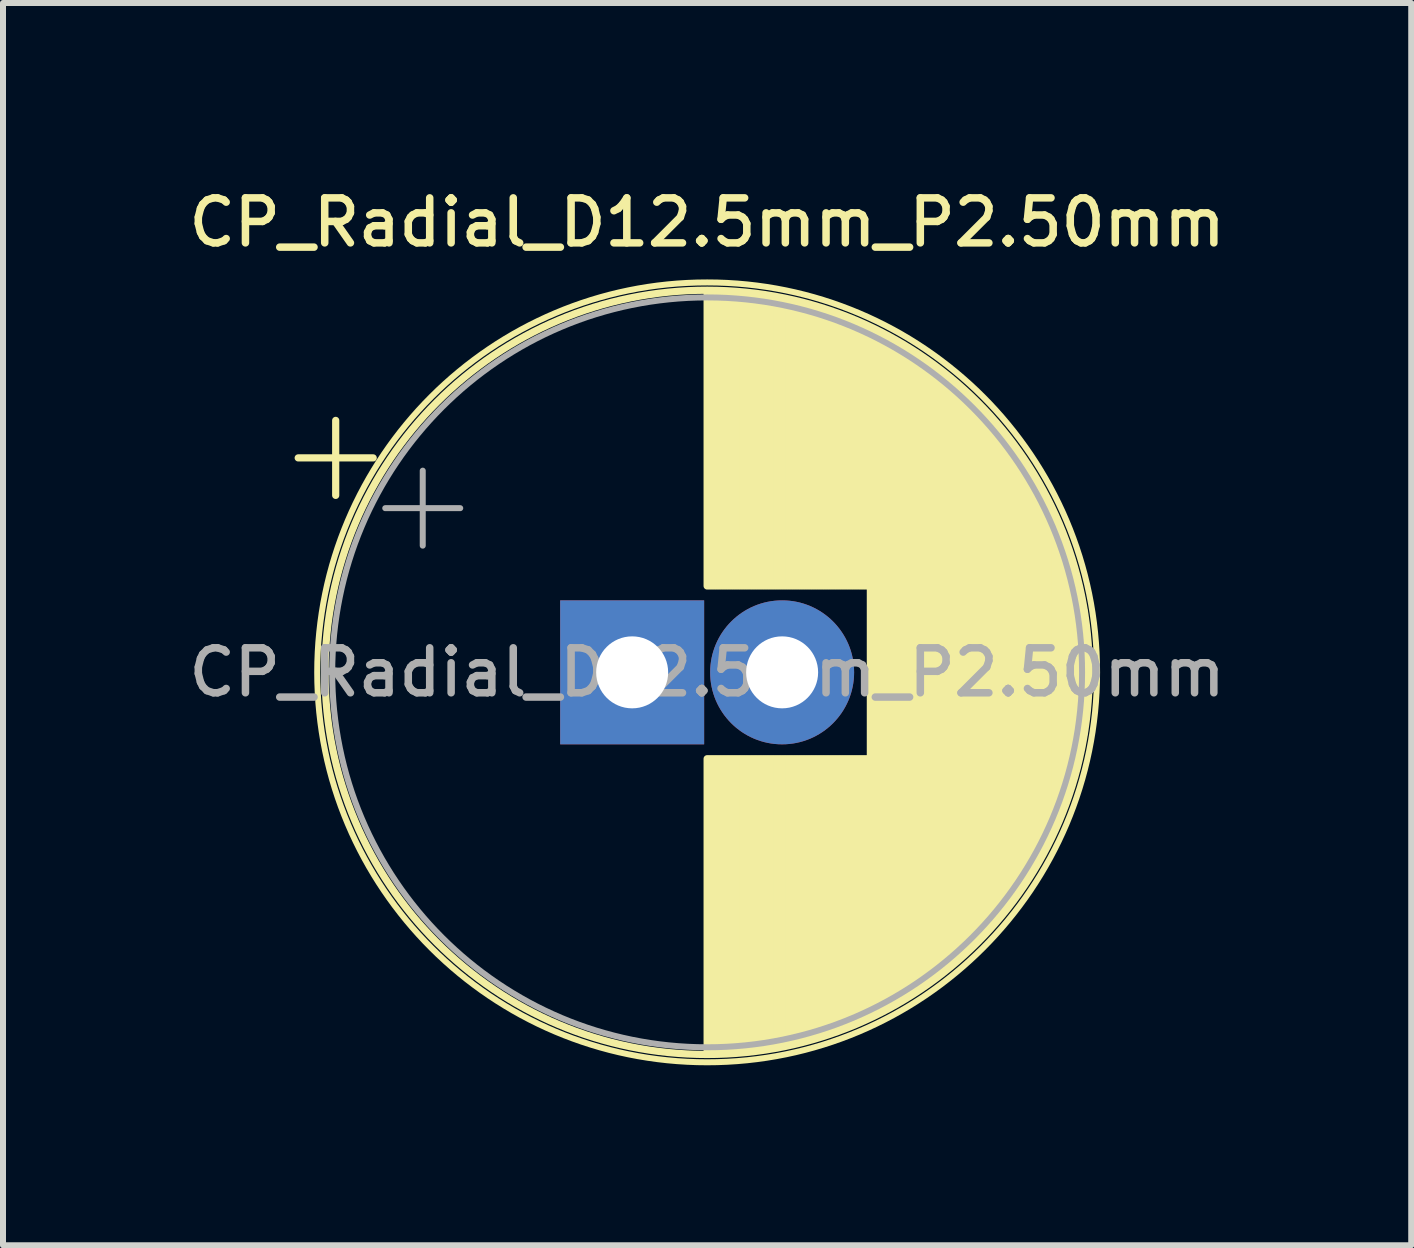
<source format=kicad_pcb>
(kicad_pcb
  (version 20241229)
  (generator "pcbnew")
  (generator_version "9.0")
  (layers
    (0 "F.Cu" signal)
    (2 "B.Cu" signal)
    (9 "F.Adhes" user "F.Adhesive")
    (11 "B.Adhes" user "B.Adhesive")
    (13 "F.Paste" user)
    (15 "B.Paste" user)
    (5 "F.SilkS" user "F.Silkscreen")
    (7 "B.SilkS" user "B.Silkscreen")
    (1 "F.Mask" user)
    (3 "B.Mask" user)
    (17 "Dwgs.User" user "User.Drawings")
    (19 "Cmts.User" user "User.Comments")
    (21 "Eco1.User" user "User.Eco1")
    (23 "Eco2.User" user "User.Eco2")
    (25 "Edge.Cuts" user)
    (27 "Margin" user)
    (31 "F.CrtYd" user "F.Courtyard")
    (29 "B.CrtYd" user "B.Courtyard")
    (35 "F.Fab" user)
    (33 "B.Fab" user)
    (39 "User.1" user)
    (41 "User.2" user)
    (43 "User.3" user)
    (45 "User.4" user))
  (footprint "CP_Radial_D12.5mm_P2.50mm"
    (layer "F.Cu")
    (at 7.488 8.158)
    (property "Reference" "CP_Radial_D12.5mm_P2.50mm" (at 1.25 -7.5 0) (layer "F.SilkS") (effects (font (size 0.75 0.75) (thickness 0.125))))
    (attr through_hole)
    (fp_line (start -5.567 -3.575) (end -4.317 -3.575) (stroke (width 0.12) (type solid)) (layer "F.SilkS"))
    (fp_line (start -4.942 -4.2) (end -4.942 -2.95) (stroke (width 0.12) (type solid)) (layer "F.SilkS"))
    (fp_line (start 1.25 -6.33) (end 1.25 -1.44) (stroke (width 0.12) (type solid)) (layer "F.SilkS"))
    (fp_line (start 1.25 1.44) (end 1.25 6.33) (stroke (width 0.12) (type solid)) (layer "F.SilkS"))
    (fp_line (start 1.29 -6.33) (end 1.29 -1.44) (stroke (width 0.12) (type solid)) (layer "F.SilkS"))
    (fp_line (start 1.29 1.44) (end 1.29 6.33) (stroke (width 0.12) (type solid)) (layer "F.SilkS"))
    (fp_line (start 1.33 -6.33) (end 1.33 -1.44) (stroke (width 0.12) (type solid)) (layer "F.SilkS"))
    (fp_line (start 1.33 1.44) (end 1.33 6.33) (stroke (width 0.12) (type solid)) (layer "F.SilkS"))
    (fp_line (start 1.37 -6.329) (end 1.37 -1.44) (stroke (width 0.12) (type solid)) (layer "F.SilkS"))
    (fp_line (start 1.37 1.44) (end 1.37 6.329) (stroke (width 0.12) (type solid)) (layer "F.SilkS"))
    (fp_line (start 1.41 -6.328) (end 1.41 -1.44) (stroke (width 0.12) (type solid)) (layer "F.SilkS"))
    (fp_line (start 1.41 1.44) (end 1.41 6.328) (stroke (width 0.12) (type solid)) (layer "F.SilkS"))
    (fp_line (start 1.45 -6.327) (end 1.45 -1.44) (stroke (width 0.12) (type solid)) (layer "F.SilkS"))
    (fp_line (start 1.45 1.44) (end 1.45 6.327) (stroke (width 0.12) (type solid)) (layer "F.SilkS"))
    (fp_line (start 1.49 -6.326) (end 1.49 -1.44) (stroke (width 0.12) (type solid)) (layer "F.SilkS"))
    (fp_line (start 1.49 1.44) (end 1.49 6.326) (stroke (width 0.12) (type solid)) (layer "F.SilkS"))
    (fp_line (start 1.53 -6.324) (end 1.53 -1.44) (stroke (width 0.12) (type solid)) (layer "F.SilkS"))
    (fp_line (start 1.53 1.44) (end 1.53 6.324) (stroke (width 0.12) (type solid)) (layer "F.SilkS"))
    (fp_line (start 1.57 -6.322) (end 1.57 -1.44) (stroke (width 0.12) (type solid)) (layer "F.SilkS"))
    (fp_line (start 1.57 1.44) (end 1.57 6.322) (stroke (width 0.12) (type solid)) (layer "F.SilkS"))
    (fp_line (start 1.61 -6.32) (end 1.61 -1.44) (stroke (width 0.12) (type solid)) (layer "F.SilkS"))
    (fp_line (start 1.61 1.44) (end 1.61 6.32) (stroke (width 0.12) (type solid)) (layer "F.SilkS"))
    (fp_line (start 1.65 -6.318) (end 1.65 -1.44) (stroke (width 0.12) (type solid)) (layer "F.SilkS"))
    (fp_line (start 1.65 1.44) (end 1.65 6.318) (stroke (width 0.12) (type solid)) (layer "F.SilkS"))
    (fp_line (start 1.69 -6.315) (end 1.69 -1.44) (stroke (width 0.12) (type solid)) (layer "F.SilkS"))
    (fp_line (start 1.69 1.44) (end 1.69 6.315) (stroke (width 0.12) (type solid)) (layer "F.SilkS"))
    (fp_line (start 1.73 -6.312) (end 1.73 -1.44) (stroke (width 0.12) (type solid)) (layer "F.SilkS"))
    (fp_line (start 1.73 1.44) (end 1.73 6.312) (stroke (width 0.12) (type solid)) (layer "F.SilkS"))
    (fp_line (start 1.77 -6.309) (end 1.77 -1.44) (stroke (width 0.12) (type solid)) (layer "F.SilkS"))
    (fp_line (start 1.77 1.44) (end 1.77 6.309) (stroke (width 0.12) (type solid)) (layer "F.SilkS"))
    (fp_line (start 1.81 -6.306) (end 1.81 -1.44) (stroke (width 0.12) (type solid)) (layer "F.SilkS"))
    (fp_line (start 1.81 1.44) (end 1.81 6.306) (stroke (width 0.12) (type solid)) (layer "F.SilkS"))
    (fp_line (start 1.85 -6.302) (end 1.85 -1.44) (stroke (width 0.12) (type solid)) (layer "F.SilkS"))
    (fp_line (start 1.85 1.44) (end 1.85 6.302) (stroke (width 0.12) (type solid)) (layer "F.SilkS"))
    (fp_line (start 1.89 -6.298) (end 1.89 -1.44) (stroke (width 0.12) (type solid)) (layer "F.SilkS"))
    (fp_line (start 1.89 1.44) (end 1.89 6.298) (stroke (width 0.12) (type solid)) (layer "F.SilkS"))
    (fp_line (start 1.93 -6.294) (end 1.93 -1.44) (stroke (width 0.12) (type solid)) (layer "F.SilkS"))
    (fp_line (start 1.93 1.44) (end 1.93 6.294) (stroke (width 0.12) (type solid)) (layer "F.SilkS"))
    (fp_line (start 1.971 -6.29) (end 1.971 -1.44) (stroke (width 0.12) (type solid)) (layer "F.SilkS"))
    (fp_line (start 1.971 1.44) (end 1.971 6.29) (stroke (width 0.12) (type solid)) (layer "F.SilkS"))
    (fp_line (start 2.011 -6.285) (end 2.011 -1.44) (stroke (width 0.12) (type solid)) (layer "F.SilkS"))
    (fp_line (start 2.011 1.44) (end 2.011 6.285) (stroke (width 0.12) (type solid)) (layer "F.SilkS"))
    (fp_line (start 2.051 -6.28) (end 2.051 -1.44) (stroke (width 0.12) (type solid)) (layer "F.SilkS"))
    (fp_line (start 2.051 1.44) (end 2.051 6.28) (stroke (width 0.12) (type solid)) (layer "F.SilkS"))
    (fp_line (start 2.091 -6.275) (end 2.091 -1.44) (stroke (width 0.12) (type solid)) (layer "F.SilkS"))
    (fp_line (start 2.091 1.44) (end 2.091 6.275) (stroke (width 0.12) (type solid)) (layer "F.SilkS"))
    (fp_line (start 2.131 -6.269) (end 2.131 -1.44) (stroke (width 0.12) (type solid)) (layer "F.SilkS"))
    (fp_line (start 2.131 1.44) (end 2.131 6.269) (stroke (width 0.12) (type solid)) (layer "F.SilkS"))
    (fp_line (start 2.171 -6.264) (end 2.171 -1.44) (stroke (width 0.12) (type solid)) (layer "F.SilkS"))
    (fp_line (start 2.171 1.44) (end 2.171 6.264) (stroke (width 0.12) (type solid)) (layer "F.SilkS"))
    (fp_line (start 2.211 -6.258) (end 2.211 -1.44) (stroke (width 0.12) (type solid)) (layer "F.SilkS"))
    (fp_line (start 2.211 1.44) (end 2.211 6.258) (stroke (width 0.12) (type solid)) (layer "F.SilkS"))
    (fp_line (start 2.251 -6.252) (end 2.251 -1.44) (stroke (width 0.12) (type solid)) (layer "F.SilkS"))
    (fp_line (start 2.251 1.44) (end 2.251 6.252) (stroke (width 0.12) (type solid)) (layer "F.SilkS"))
    (fp_line (start 2.291 -6.245) (end 2.291 -1.44) (stroke (width 0.12) (type solid)) (layer "F.SilkS"))
    (fp_line (start 2.291 1.44) (end 2.291 6.245) (stroke (width 0.12) (type solid)) (layer "F.SilkS"))
    (fp_line (start 2.331 -6.238) (end 2.331 -1.44) (stroke (width 0.12) (type solid)) (layer "F.SilkS"))
    (fp_line (start 2.331 1.44) (end 2.331 6.238) (stroke (width 0.12) (type solid)) (layer "F.SilkS"))
    (fp_line (start 2.371 -6.231) (end 2.371 -1.44) (stroke (width 0.12) (type solid)) (layer "F.SilkS"))
    (fp_line (start 2.371 1.44) (end 2.371 6.231) (stroke (width 0.12) (type solid)) (layer "F.SilkS"))
    (fp_line (start 2.411 -6.224) (end 2.411 -1.44) (stroke (width 0.12) (type solid)) (layer "F.SilkS"))
    (fp_line (start 2.411 1.44) (end 2.411 6.224) (stroke (width 0.12) (type solid)) (layer "F.SilkS"))
    (fp_line (start 2.451 -6.216) (end 2.451 -1.44) (stroke (width 0.12) (type solid)) (layer "F.SilkS"))
    (fp_line (start 2.451 1.44) (end 2.451 6.216) (stroke (width 0.12) (type solid)) (layer "F.SilkS"))
    (fp_line (start 2.491 -6.209) (end 2.491 -1.44) (stroke (width 0.12) (type solid)) (layer "F.SilkS"))
    (fp_line (start 2.491 1.44) (end 2.491 6.209) (stroke (width 0.12) (type solid)) (layer "F.SilkS"))
    (fp_line (start 2.531 -6.201) (end 2.531 -1.44) (stroke (width 0.12) (type solid)) (layer "F.SilkS"))
    (fp_line (start 2.531 1.44) (end 2.531 6.201) (stroke (width 0.12) (type solid)) (layer "F.SilkS"))
    (fp_line (start 2.571 -6.192) (end 2.571 -1.44) (stroke (width 0.12) (type solid)) (layer "F.SilkS"))
    (fp_line (start 2.571 1.44) (end 2.571 6.192) (stroke (width 0.12) (type solid)) (layer "F.SilkS"))
    (fp_line (start 2.611 -6.184) (end 2.611 -1.44) (stroke (width 0.12) (type solid)) (layer "F.SilkS"))
    (fp_line (start 2.611 1.44) (end 2.611 6.184) (stroke (width 0.12) (type solid)) (layer "F.SilkS"))
    (fp_line (start 2.651 -6.175) (end 2.651 -1.44) (stroke (width 0.12) (type solid)) (layer "F.SilkS"))
    (fp_line (start 2.651 1.44) (end 2.651 6.175) (stroke (width 0.12) (type solid)) (layer "F.SilkS"))
    (fp_line (start 2.691 -6.166) (end 2.691 -1.44) (stroke (width 0.12) (type solid)) (layer "F.SilkS"))
    (fp_line (start 2.691 1.44) (end 2.691 6.166) (stroke (width 0.12) (type solid)) (layer "F.SilkS"))
    (fp_line (start 2.731 -6.156) (end 2.731 -1.44) (stroke (width 0.12) (type solid)) (layer "F.SilkS"))
    (fp_line (start 2.731 1.44) (end 2.731 6.156) (stroke (width 0.12) (type solid)) (layer "F.SilkS"))
    (fp_line (start 2.771 -6.146) (end 2.771 -1.44) (stroke (width 0.12) (type solid)) (layer "F.SilkS"))
    (fp_line (start 2.771 1.44) (end 2.771 6.146) (stroke (width 0.12) (type solid)) (layer "F.SilkS"))
    (fp_line (start 2.811 -6.137) (end 2.811 -1.44) (stroke (width 0.12) (type solid)) (layer "F.SilkS"))
    (fp_line (start 2.811 1.44) (end 2.811 6.137) (stroke (width 0.12) (type solid)) (layer "F.SilkS"))
    (fp_line (start 2.851 -6.126) (end 2.851 -1.44) (stroke (width 0.12) (type solid)) (layer "F.SilkS"))
    (fp_line (start 2.851 1.44) (end 2.851 6.126) (stroke (width 0.12) (type solid)) (layer "F.SilkS"))
    (fp_line (start 2.891 -6.116) (end 2.891 -1.44) (stroke (width 0.12) (type solid)) (layer "F.SilkS"))
    (fp_line (start 2.891 1.44) (end 2.891 6.116) (stroke (width 0.12) (type solid)) (layer "F.SilkS"))
    (fp_line (start 2.931 -6.105) (end 2.931 -1.44) (stroke (width 0.12) (type solid)) (layer "F.SilkS"))
    (fp_line (start 2.931 1.44) (end 2.931 6.105) (stroke (width 0.12) (type solid)) (layer "F.SilkS"))
    (fp_line (start 2.971 -6.094) (end 2.971 -1.44) (stroke (width 0.12) (type solid)) (layer "F.SilkS"))
    (fp_line (start 2.971 1.44) (end 2.971 6.094) (stroke (width 0.12) (type solid)) (layer "F.SilkS"))
    (fp_line (start 3.011 -6.083) (end 3.011 -1.44) (stroke (width 0.12) (type solid)) (layer "F.SilkS"))
    (fp_line (start 3.011 1.44) (end 3.011 6.083) (stroke (width 0.12) (type solid)) (layer "F.SilkS"))
    (fp_line (start 3.051 -6.071) (end 3.051 -1.44) (stroke (width 0.12) (type solid)) (layer "F.SilkS"))
    (fp_line (start 3.051 1.44) (end 3.051 6.071) (stroke (width 0.12) (type solid)) (layer "F.SilkS"))
    (fp_line (start 3.091 -6.059) (end 3.091 -1.44) (stroke (width 0.12) (type solid)) (layer "F.SilkS"))
    (fp_line (start 3.091 1.44) (end 3.091 6.059) (stroke (width 0.12) (type solid)) (layer "F.SilkS"))
    (fp_line (start 3.131 -6.047) (end 3.131 -1.44) (stroke (width 0.12) (type solid)) (layer "F.SilkS"))
    (fp_line (start 3.131 1.44) (end 3.131 6.047) (stroke (width 0.12) (type solid)) (layer "F.SilkS"))
    (fp_line (start 3.171 -6.034) (end 3.171 -1.44) (stroke (width 0.12) (type solid)) (layer "F.SilkS"))
    (fp_line (start 3.171 1.44) (end 3.171 6.034) (stroke (width 0.12) (type solid)) (layer "F.SilkS"))
    (fp_line (start 3.211 -6.021) (end 3.211 -1.44) (stroke (width 0.12) (type solid)) (layer "F.SilkS"))
    (fp_line (start 3.211 1.44) (end 3.211 6.021) (stroke (width 0.12) (type solid)) (layer "F.SilkS"))
    (fp_line (start 3.251 -6.008) (end 3.251 -1.44) (stroke (width 0.12) (type solid)) (layer "F.SilkS"))
    (fp_line (start 3.251 1.44) (end 3.251 6.008) (stroke (width 0.12) (type solid)) (layer "F.SilkS"))
    (fp_line (start 3.291 -5.995) (end 3.291 -1.44) (stroke (width 0.12) (type solid)) (layer "F.SilkS"))
    (fp_line (start 3.291 1.44) (end 3.291 5.995) (stroke (width 0.12) (type solid)) (layer "F.SilkS"))
    (fp_line (start 3.331 -5.981) (end 3.331 -1.44) (stroke (width 0.12) (type solid)) (layer "F.SilkS"))
    (fp_line (start 3.331 1.44) (end 3.331 5.981) (stroke (width 0.12) (type solid)) (layer "F.SilkS"))
    (fp_line (start 3.371 -5.967) (end 3.371 -1.44) (stroke (width 0.12) (type solid)) (layer "F.SilkS"))
    (fp_line (start 3.371 1.44) (end 3.371 5.967) (stroke (width 0.12) (type solid)) (layer "F.SilkS"))
    (fp_line (start 3.411 -5.953) (end 3.411 -1.44) (stroke (width 0.12) (type solid)) (layer "F.SilkS"))
    (fp_line (start 3.411 1.44) (end 3.411 5.953) (stroke (width 0.12) (type solid)) (layer "F.SilkS"))
    (fp_line (start 3.451 -5.939) (end 3.451 -1.44) (stroke (width 0.12) (type solid)) (layer "F.SilkS"))
    (fp_line (start 3.451 1.44) (end 3.451 5.939) (stroke (width 0.12) (type solid)) (layer "F.SilkS"))
    (fp_line (start 3.491 -5.924) (end 3.491 -1.44) (stroke (width 0.12) (type solid)) (layer "F.SilkS"))
    (fp_line (start 3.491 1.44) (end 3.491 5.924) (stroke (width 0.12) (type solid)) (layer "F.SilkS"))
    (fp_line (start 3.531 -5.908) (end 3.531 -1.44) (stroke (width 0.12) (type solid)) (layer "F.SilkS"))
    (fp_line (start 3.531 1.44) (end 3.531 5.908) (stroke (width 0.12) (type solid)) (layer "F.SilkS"))
    (fp_line (start 3.571 -5.893) (end 3.571 -1.44) (stroke (width 0.12) (type solid)) (layer "F.SilkS"))
    (fp_line (start 3.571 1.44) (end 3.571 5.893) (stroke (width 0.12) (type solid)) (layer "F.SilkS"))
    (fp_line (start 3.611 -5.877) (end 3.611 -1.44) (stroke (width 0.12) (type solid)) (layer "F.SilkS"))
    (fp_line (start 3.611 1.44) (end 3.611 5.877) (stroke (width 0.12) (type solid)) (layer "F.SilkS"))
    (fp_line (start 3.651 -5.861) (end 3.651 -1.44) (stroke (width 0.12) (type solid)) (layer "F.SilkS"))
    (fp_line (start 3.651 1.44) (end 3.651 5.861) (stroke (width 0.12) (type solid)) (layer "F.SilkS"))
    (fp_line (start 3.691 -5.845) (end 3.691 -1.44) (stroke (width 0.12) (type solid)) (layer "F.SilkS"))
    (fp_line (start 3.691 1.44) (end 3.691 5.845) (stroke (width 0.12) (type solid)) (layer "F.SilkS"))
    (fp_line (start 3.731 -5.828) (end 3.731 -1.44) (stroke (width 0.12) (type solid)) (layer "F.SilkS"))
    (fp_line (start 3.731 1.44) (end 3.731 5.828) (stroke (width 0.12) (type solid)) (layer "F.SilkS"))
    (fp_line (start 3.771 -5.811) (end 3.771 -1.44) (stroke (width 0.12) (type solid)) (layer "F.SilkS"))
    (fp_line (start 3.771 1.44) (end 3.771 5.811) (stroke (width 0.12) (type solid)) (layer "F.SilkS"))
    (fp_line (start 3.811 -5.793) (end 3.811 -1.44) (stroke (width 0.12) (type solid)) (layer "F.SilkS"))
    (fp_line (start 3.811 1.44) (end 3.811 5.793) (stroke (width 0.12) (type solid)) (layer "F.SilkS"))
    (fp_line (start 3.851 -5.776) (end 3.851 -1.44) (stroke (width 0.12) (type solid)) (layer "F.SilkS"))
    (fp_line (start 3.851 1.44) (end 3.851 5.776) (stroke (width 0.12) (type solid)) (layer "F.SilkS"))
    (fp_line (start 3.891 -5.758) (end 3.891 -1.44) (stroke (width 0.12) (type solid)) (layer "F.SilkS"))
    (fp_line (start 3.891 1.44) (end 3.891 5.758) (stroke (width 0.12) (type solid)) (layer "F.SilkS"))
    (fp_line (start 3.931 -5.739) (end 3.931 -1.44) (stroke (width 0.12) (type solid)) (layer "F.SilkS"))
    (fp_line (start 3.931 1.44) (end 3.931 5.739) (stroke (width 0.12) (type solid)) (layer "F.SilkS"))
    (fp_line (start 3.971 -5.721) (end 3.971 5.721) (stroke (width 0.12) (type solid)) (layer "F.SilkS"))
    (fp_line (start 4.011 -5.702) (end 4.011 5.702) (stroke (width 0.12) (type solid)) (layer "F.SilkS"))
    (fp_line (start 4.051 -5.682) (end 4.051 5.682) (stroke (width 0.12) (type solid)) (layer "F.SilkS"))
    (fp_line (start 4.091 -5.662) (end 4.091 5.662) (stroke (width 0.12) (type solid)) (layer "F.SilkS"))
    (fp_line (start 4.131 -5.642) (end 4.131 5.642) (stroke (width 0.12) (type solid)) (layer "F.SilkS"))
    (fp_line (start 4.171 -5.622) (end 4.171 5.622) (stroke (width 0.12) (type solid)) (layer "F.SilkS"))
    (fp_line (start 4.211 -5.601) (end 4.211 5.601) (stroke (width 0.12) (type solid)) (layer "F.SilkS"))
    (fp_line (start 4.251 -5.58) (end 4.251 5.58) (stroke (width 0.12) (type solid)) (layer "F.SilkS"))
    (fp_line (start 4.291 -5.558) (end 4.291 5.558) (stroke (width 0.12) (type solid)) (layer "F.SilkS"))
    (fp_line (start 4.331 -5.536) (end 4.331 5.536) (stroke (width 0.12) (type solid)) (layer "F.SilkS"))
    (fp_line (start 4.371 -5.514) (end 4.371 5.514) (stroke (width 0.12) (type solid)) (layer "F.SilkS"))
    (fp_line (start 4.411 -5.491) (end 4.411 5.491) (stroke (width 0.12) (type solid)) (layer "F.SilkS"))
    (fp_line (start 4.451 -5.468) (end 4.451 5.468) (stroke (width 0.12) (type solid)) (layer "F.SilkS"))
    (fp_line (start 4.491 -5.445) (end 4.491 5.445) (stroke (width 0.12) (type solid)) (layer "F.SilkS"))
    (fp_line (start 4.531 -5.421) (end 4.531 5.421) (stroke (width 0.12) (type solid)) (layer "F.SilkS"))
    (fp_line (start 4.571 -5.397) (end 4.571 5.397) (stroke (width 0.12) (type solid)) (layer "F.SilkS"))
    (fp_line (start 4.611 -5.372) (end 4.611 5.372) (stroke (width 0.12) (type solid)) (layer "F.SilkS"))
    (fp_line (start 4.651 -5.347) (end 4.651 5.347) (stroke (width 0.12) (type solid)) (layer "F.SilkS"))
    (fp_line (start 4.691 -5.322) (end 4.691 5.322) (stroke (width 0.12) (type solid)) (layer "F.SilkS"))
    (fp_line (start 4.731 -5.296) (end 4.731 5.296) (stroke (width 0.12) (type solid)) (layer "F.SilkS"))
    (fp_line (start 4.771 -5.27) (end 4.771 5.27) (stroke (width 0.12) (type solid)) (layer "F.SilkS"))
    (fp_line (start 4.811 -5.243) (end 4.811 5.243) (stroke (width 0.12) (type solid)) (layer "F.SilkS"))
    (fp_line (start 4.851 -5.216) (end 4.851 5.216) (stroke (width 0.12) (type solid)) (layer "F.SilkS"))
    (fp_line (start 4.891 -5.188) (end 4.891 5.188) (stroke (width 0.12) (type solid)) (layer "F.SilkS"))
    (fp_line (start 4.931 -5.16) (end 4.931 5.16) (stroke (width 0.12) (type solid)) (layer "F.SilkS"))
    (fp_line (start 4.971 -5.131) (end 4.971 5.131) (stroke (width 0.12) (type solid)) (layer "F.SilkS"))
    (fp_line (start 5.011 -5.102) (end 5.011 5.102) (stroke (width 0.12) (type solid)) (layer "F.SilkS"))
    (fp_line (start 5.051 -5.073) (end 5.051 5.073) (stroke (width 0.12) (type solid)) (layer "F.SilkS"))
    (fp_line (start 5.091 -5.043) (end 5.091 5.043) (stroke (width 0.12) (type solid)) (layer "F.SilkS"))
    (fp_line (start 5.131 -5.012) (end 5.131 5.012) (stroke (width 0.12) (type solid)) (layer "F.SilkS"))
    (fp_line (start 5.171 -4.982) (end 5.171 4.982) (stroke (width 0.12) (type solid)) (layer "F.SilkS"))
    (fp_line (start 5.211 -4.95) (end 5.211 4.95) (stroke (width 0.12) (type solid)) (layer "F.SilkS"))
    (fp_line (start 5.251 -4.918) (end 5.251 4.918) (stroke (width 0.12) (type solid)) (layer "F.SilkS"))
    (fp_line (start 5.291 -4.885) (end 5.291 4.885) (stroke (width 0.12) (type solid)) (layer "F.SilkS"))
    (fp_line (start 5.331 -4.852) (end 5.331 4.852) (stroke (width 0.12) (type solid)) (layer "F.SilkS"))
    (fp_line (start 5.371 -4.819) (end 5.371 4.819) (stroke (width 0.12) (type solid)) (layer "F.SilkS"))
    (fp_line (start 5.411 -4.785) (end 5.411 4.785) (stroke (width 0.12) (type solid)) (layer "F.SilkS"))
    (fp_line (start 5.451 -4.75) (end 5.451 4.75) (stroke (width 0.12) (type solid)) (layer "F.SilkS"))
    (fp_line (start 5.491 -4.714) (end 5.491 4.714) (stroke (width 0.12) (type solid)) (layer "F.SilkS"))
    (fp_line (start 5.531 -4.678) (end 5.531 4.678) (stroke (width 0.12) (type solid)) (layer "F.SilkS"))
    (fp_line (start 5.571 -4.642) (end 5.571 4.642) (stroke (width 0.12) (type solid)) (layer "F.SilkS"))
    (fp_line (start 5.611 -4.605) (end 5.611 4.605) (stroke (width 0.12) (type solid)) (layer "F.SilkS"))
    (fp_line (start 5.651 -4.567) (end 5.651 4.567) (stroke (width 0.12) (type solid)) (layer "F.SilkS"))
    (fp_line (start 5.691 -4.528) (end 5.691 4.528) (stroke (width 0.12) (type solid)) (layer "F.SilkS"))
    (fp_line (start 5.731 -4.489) (end 5.731 4.489) (stroke (width 0.12) (type solid)) (layer "F.SilkS"))
    (fp_line (start 5.771 -4.449) (end 5.771 4.449) (stroke (width 0.12) (type solid)) (layer "F.SilkS"))
    (fp_line (start 5.811 -4.408) (end 5.811 4.408) (stroke (width 0.12) (type solid)) (layer "F.SilkS"))
    (fp_line (start 5.851 -4.367) (end 5.851 4.367) (stroke (width 0.12) (type solid)) (layer "F.SilkS"))
    (fp_line (start 5.891 -4.325) (end 5.891 4.325) (stroke (width 0.12) (type solid)) (layer "F.SilkS"))
    (fp_line (start 5.931 -4.282) (end 5.931 4.282) (stroke (width 0.12) (type solid)) (layer "F.SilkS"))
    (fp_line (start 5.971 -4.238) (end 5.971 4.238) (stroke (width 0.12) (type solid)) (layer "F.SilkS"))
    (fp_line (start 6.011 -4.194) (end 6.011 4.194) (stroke (width 0.12) (type solid)) (layer "F.SilkS"))
    (fp_line (start 6.051 -4.148) (end 6.051 4.148) (stroke (width 0.12) (type solid)) (layer "F.SilkS"))
    (fp_line (start 6.091 -4.102) (end 6.091 4.102) (stroke (width 0.12) (type solid)) (layer "F.SilkS"))
    (fp_line (start 6.131 -4.055) (end 6.131 4.055) (stroke (width 0.12) (type solid)) (layer "F.SilkS"))
    (fp_line (start 6.171 -4.007) (end 6.171 4.007) (stroke (width 0.12) (type solid)) (layer "F.SilkS"))
    (fp_line (start 6.211 -3.957) (end 6.211 3.957) (stroke (width 0.12) (type solid)) (layer "F.SilkS"))
    (fp_line (start 6.251 -3.907) (end 6.251 3.907) (stroke (width 0.12) (type solid)) (layer "F.SilkS"))
    (fp_line (start 6.291 -3.856) (end 6.291 3.856) (stroke (width 0.12) (type solid)) (layer "F.SilkS"))
    (fp_line (start 6.331 -3.804) (end 6.331 3.804) (stroke (width 0.12) (type solid)) (layer "F.SilkS"))
    (fp_line (start 6.371 -3.75) (end 6.371 3.75) (stroke (width 0.12) (type solid)) (layer "F.SilkS"))
    (fp_line (start 6.411 -3.696) (end 6.411 3.696) (stroke (width 0.12) (type solid)) (layer "F.SilkS"))
    (fp_line (start 6.451 -3.64) (end 6.451 3.64) (stroke (width 0.12) (type solid)) (layer "F.SilkS"))
    (fp_line (start 6.491 -3.583) (end 6.491 3.583) (stroke (width 0.12) (type solid)) (layer "F.SilkS"))
    (fp_line (start 6.531 -3.524) (end 6.531 3.524) (stroke (width 0.12) (type solid)) (layer "F.SilkS"))
    (fp_line (start 6.571 -3.464) (end 6.571 3.464) (stroke (width 0.12) (type solid)) (layer "F.SilkS"))
    (fp_line (start 6.611 -3.402) (end 6.611 3.402) (stroke (width 0.12) (type solid)) (layer "F.SilkS"))
    (fp_line (start 6.651 -3.339) (end 6.651 3.339) (stroke (width 0.12) (type solid)) (layer "F.SilkS"))
    (fp_line (start 6.691 -3.275) (end 6.691 3.275) (stroke (width 0.12) (type solid)) (layer "F.SilkS"))
    (fp_line (start 6.731 -3.208) (end 6.731 3.208) (stroke (width 0.12) (type solid)) (layer "F.SilkS"))
    (fp_line (start 6.771 -3.14) (end 6.771 3.14) (stroke (width 0.12) (type solid)) (layer "F.SilkS"))
    (fp_line (start 6.811 -3.069) (end 6.811 3.069) (stroke (width 0.12) (type solid)) (layer "F.SilkS"))
    (fp_line (start 6.851 -2.996) (end 6.851 2.996) (stroke (width 0.12) (type solid)) (layer "F.SilkS"))
    (fp_line (start 6.891 -2.921) (end 6.891 2.921) (stroke (width 0.12) (type solid)) (layer "F.SilkS"))
    (fp_line (start 6.931 -2.844) (end 6.931 2.844) (stroke (width 0.12) (type solid)) (layer "F.SilkS"))
    (fp_line (start 6.971 -2.764) (end 6.971 2.764) (stroke (width 0.12) (type solid)) (layer "F.SilkS"))
    (fp_line (start 7.011 -2.681) (end 7.011 2.681) (stroke (width 0.12) (type solid)) (layer "F.SilkS"))
    (fp_line (start 7.051 -2.594) (end 7.051 2.594) (stroke (width 0.12) (type solid)) (layer "F.SilkS"))
    (fp_line (start 7.091 -2.504) (end 7.091 2.504) (stroke (width 0.12) (type solid)) (layer "F.SilkS"))
    (fp_line (start 7.131 -2.41) (end 7.131 2.41) (stroke (width 0.12) (type solid)) (layer "F.SilkS"))
    (fp_line (start 7.171 -2.312) (end 7.171 2.312) (stroke (width 0.12) (type solid)) (layer "F.SilkS"))
    (fp_line (start 7.211 -2.209) (end 7.211 2.209) (stroke (width 0.12) (type solid)) (layer "F.SilkS"))
    (fp_line (start 7.251 -2.1) (end 7.251 2.1) (stroke (width 0.12) (type solid)) (layer "F.SilkS"))
    (fp_line (start 7.291 -1.984) (end 7.291 1.984) (stroke (width 0.12) (type solid)) (layer "F.SilkS"))
    (fp_line (start 7.331 -1.861) (end 7.331 1.861) (stroke (width 0.12) (type solid)) (layer "F.SilkS"))
    (fp_line (start 7.371 -1.728) (end 7.371 1.728) (stroke (width 0.12) (type solid)) (layer "F.SilkS"))
    (fp_line (start 7.411 -1.583) (end 7.411 1.583) (stroke (width 0.12) (type solid)) (layer "F.SilkS"))
    (fp_line (start 7.451 -1.422) (end 7.451 1.422) (stroke (width 0.12) (type solid)) (layer "F.SilkS"))
    (fp_line (start 7.491 -1.241) (end 7.491 1.241) (stroke (width 0.12) (type solid)) (layer "F.SilkS"))
    (fp_line (start 7.531 -1.028) (end 7.531 1.028) (stroke (width 0.12) (type solid)) (layer "F.SilkS"))
    (fp_line (start 7.571 -0.757) (end 7.571 0.757) (stroke (width 0.12) (type solid)) (layer "F.SilkS"))
    (fp_line (start 7.611 -0.317) (end 7.611 0.317) (stroke (width 0.12) (type solid)) (layer "F.SilkS"))
    (fp_circle (center 1.25 0) (end 7.62 0) (stroke (width 0.12) (type solid)) (fill no) (layer "F.SilkS"))
    (fp_circle (center 1.25 0) (end 7.75 0) (stroke (width 0.1) (type solid)) (fill no) (layer "F.SilkS"))
    (fp_line (start -4.116 -2.737) (end -2.866 -2.737) (stroke (width 0.1) (type solid)) (layer "F.Fab"))
    (fp_line (start -3.491 -3.362) (end -3.491 -2.112) (stroke (width 0.1) (type solid)) (layer "F.Fab"))
    (fp_circle (center 1.25 0) (end 7.5 0) (stroke (width 0.1) (type solid)) (fill no) (layer "F.Fab"))
    (fp_text user "${REFERENCE}" (at 1.25 0 0) (layer "F.Fab") (effects (font (size 0.75 0.75) (thickness 0.125))))
    (pad "1" thru_hole rect (at 0 0) (size 2.4 2.4) (drill 1.2) (layers "*.Cu" "*.Mask"))
    (pad "2" thru_hole circle (at 2.5 0) (size 2.4 2.4) (drill 1.2) (layers "*.Cu" "*.Mask")))
  (gr_rect
    (start -3 -3)
    (end 20.475 17.708)
    (stroke (width 0.1) (type default))
    (fill no)
    (layer "Edge.Cuts")))
</source>
